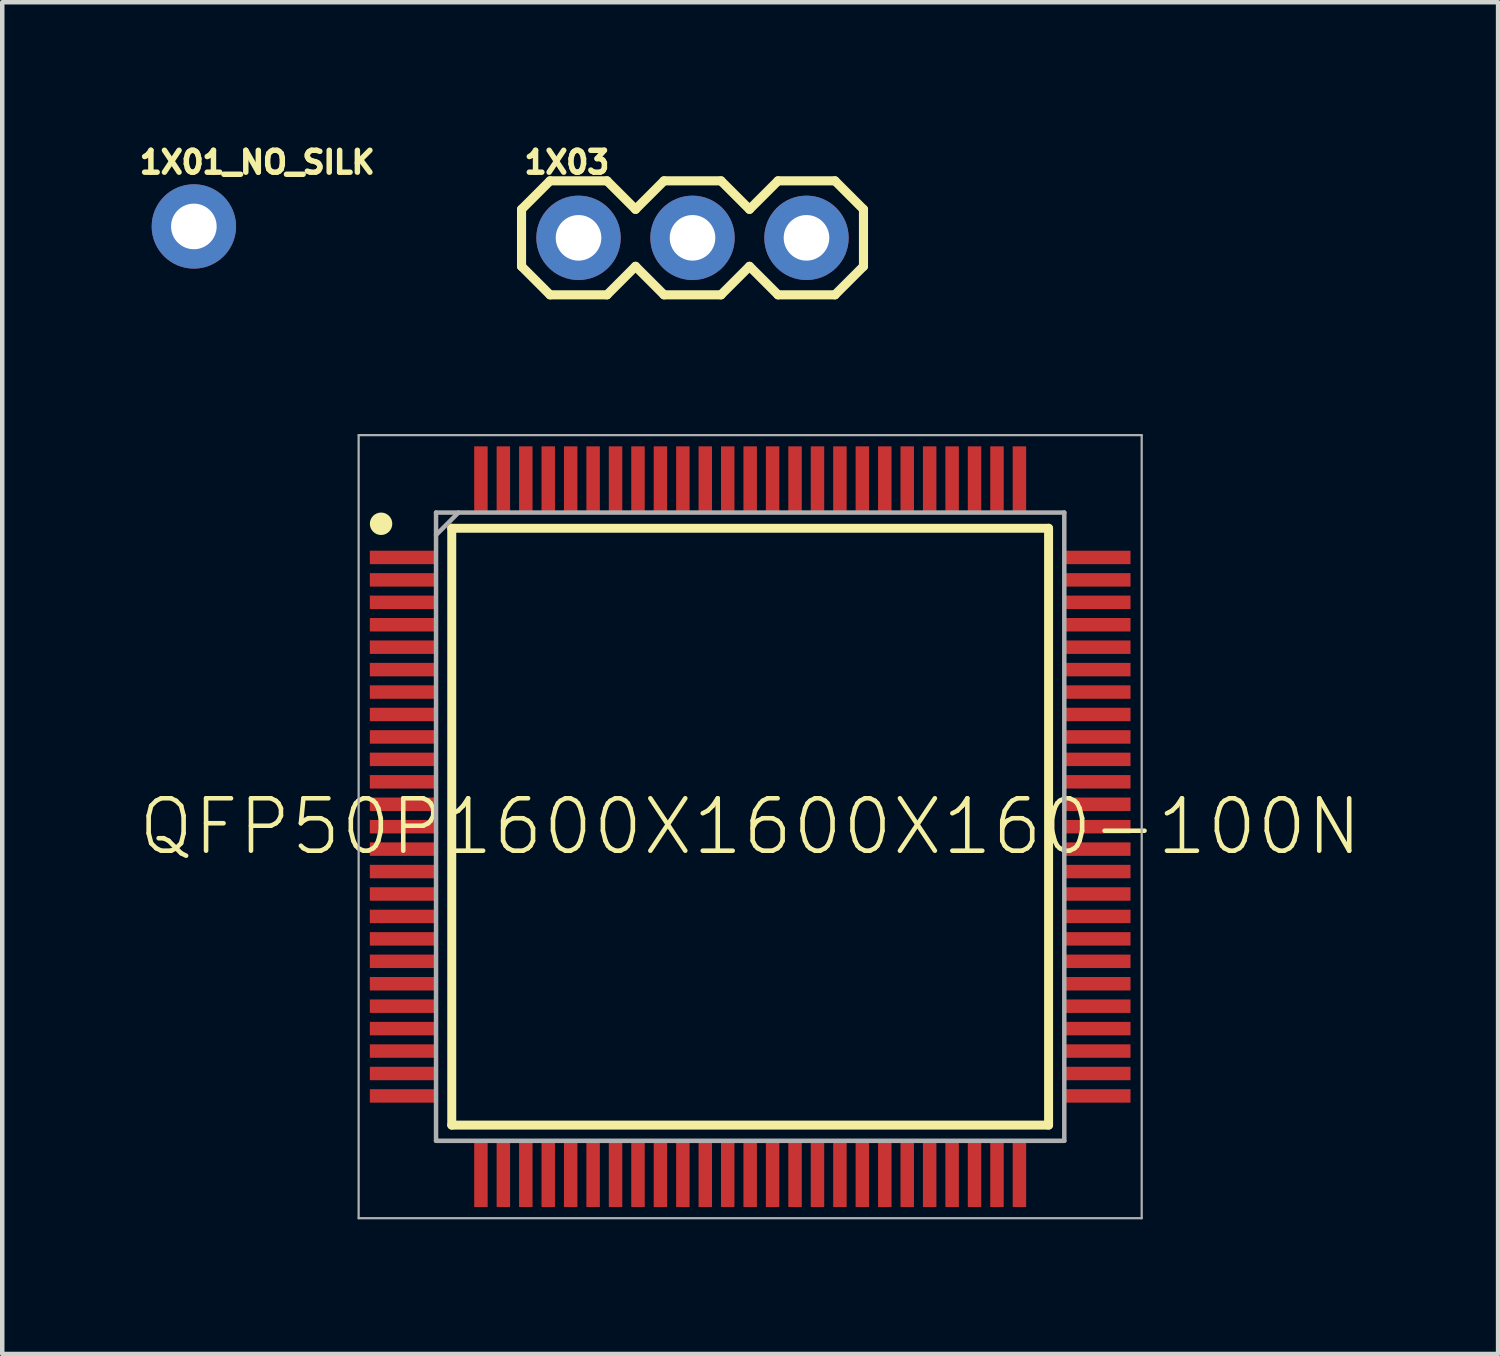
<source format=kicad_pcb>
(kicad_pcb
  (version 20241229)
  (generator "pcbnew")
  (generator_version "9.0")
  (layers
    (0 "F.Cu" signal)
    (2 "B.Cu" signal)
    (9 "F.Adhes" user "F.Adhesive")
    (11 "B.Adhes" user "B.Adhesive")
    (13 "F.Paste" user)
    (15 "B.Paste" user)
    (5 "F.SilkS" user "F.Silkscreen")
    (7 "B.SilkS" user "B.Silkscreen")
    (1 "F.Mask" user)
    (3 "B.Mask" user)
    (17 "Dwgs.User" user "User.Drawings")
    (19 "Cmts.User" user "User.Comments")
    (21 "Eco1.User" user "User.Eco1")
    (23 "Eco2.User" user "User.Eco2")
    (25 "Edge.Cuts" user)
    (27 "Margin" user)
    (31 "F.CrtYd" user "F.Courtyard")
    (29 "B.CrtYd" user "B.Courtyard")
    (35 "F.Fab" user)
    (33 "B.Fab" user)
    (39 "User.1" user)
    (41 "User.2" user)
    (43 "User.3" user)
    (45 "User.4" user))
  (footprint "1X03"
    (layer "F.Cu")
    (at 9.842 2.25)
    (property "Reference" "1X03" (at -1.27 -1.397 0) (unlocked yes) (layer "F.SilkS") (effects (font (size 0.488 0.488) (thickness 0.122)) (justify left bottom)))
    (fp_line (start -1.27 -0.635) (end -1.27 0.635) (stroke (width 0.203) (type solid)) (layer "F.SilkS"))
    (fp_line (start -1.27 0.635) (end -0.635 1.27) (stroke (width 0.203) (type solid)) (layer "F.SilkS"))
    (fp_line (start -0.635 -1.27) (end -1.27 -0.635) (stroke (width 0.203) (type solid)) (layer "F.SilkS"))
    (fp_line (start -0.635 -1.27) (end 0.635 -1.27) (stroke (width 0.203) (type solid)) (layer "F.SilkS"))
    (fp_line (start 0.635 -1.27) (end 1.27 -0.635) (stroke (width 0.203) (type solid)) (layer "F.SilkS"))
    (fp_line (start 0.635 1.27) (end -0.635 1.27) (stroke (width 0.203) (type solid)) (layer "F.SilkS"))
    (fp_line (start 1.27 -0.635) (end 1.905 -1.27) (stroke (width 0.203) (type solid)) (layer "F.SilkS"))
    (fp_line (start 1.27 0.635) (end 0.635 1.27) (stroke (width 0.203) (type solid)) (layer "F.SilkS"))
    (fp_line (start 1.905 -1.27) (end 3.175 -1.27) (stroke (width 0.203) (type solid)) (layer "F.SilkS"))
    (fp_line (start 1.905 1.27) (end 1.27 0.635) (stroke (width 0.203) (type solid)) (layer "F.SilkS"))
    (fp_line (start 3.175 -1.27) (end 3.81 -0.635) (stroke (width 0.203) (type solid)) (layer "F.SilkS"))
    (fp_line (start 3.175 1.27) (end 1.905 1.27) (stroke (width 0.203) (type solid)) (layer "F.SilkS"))
    (fp_line (start 3.81 -0.635) (end 4.445 -1.27) (stroke (width 0.203) (type solid)) (layer "F.SilkS"))
    (fp_line (start 3.81 0.635) (end 3.175 1.27) (stroke (width 0.203) (type solid)) (layer "F.SilkS"))
    (fp_line (start 4.445 -1.27) (end 5.715 -1.27) (stroke (width 0.203) (type solid)) (layer "F.SilkS"))
    (fp_line (start 4.445 1.27) (end 3.81 0.635) (stroke (width 0.203) (type solid)) (layer "F.SilkS"))
    (fp_line (start 5.715 -1.27) (end 6.35 -0.635) (stroke (width 0.203) (type solid)) (layer "F.SilkS"))
    (fp_line (start 5.715 1.27) (end 4.445 1.27) (stroke (width 0.203) (type solid)) (layer "F.SilkS"))
    (fp_line (start 6.35 -0.635) (end 6.35 0.635) (stroke (width 0.203) (type solid)) (layer "F.SilkS"))
    (fp_line (start 6.35 0.635) (end 5.715 1.27) (stroke (width 0.203) (type solid)) (layer "F.SilkS"))
    (fp_poly (pts (xy -0.254 0.254) (xy 0.254 0.254) (xy 0.254 -0.254) (xy -0.254 -0.254)) (stroke (width 0.1) (type default)) (fill no) (layer "F.Fab"))
    (fp_poly (pts (xy 2.286 0.254) (xy 2.794 0.254) (xy 2.794 -0.254) (xy 2.286 -0.254)) (stroke (width 0.1) (type default)) (fill no) (layer "F.Fab"))
    (fp_poly (pts (xy 4.826 0.254) (xy 5.334 0.254) (xy 5.334 -0.254) (xy 4.826 -0.254)) (stroke (width 0.1) (type default)) (fill no) (layer "F.Fab"))
    (pad "1" thru_hole circle (at 0 0 90) (size 1.88 1.88) (drill 1.016) (layers "*.Cu" "*.Mask"))
    (pad "2" thru_hole circle (at 2.54 0 90) (size 1.88 1.88) (drill 1.016) (layers "*.Cu" "*.Mask"))
    (pad "3" thru_hole circle (at 5.08 0 90) (size 1.88 1.88) (drill 1.016) (layers "*.Cu" "*.Mask")))
  (footprint "1X01_NO_SILK"
    (layer "F.Cu")
    (at 1.27 1.996)
    (property "Reference" "1X01_NO_SILK" (at -1.27 -1.143 0) (unlocked yes) (layer "F.SilkS") (effects (font (size 0.488 0.488) (thickness 0.122)) (justify left bottom)))
    (fp_poly (pts (xy -0.254 0.254) (xy 0.254 0.254) (xy 0.254 -0.254) (xy -0.254 -0.254)) (stroke (width 0.1) (type default)) (fill no) (layer "F.Fab"))
    (pad "1" thru_hole circle (at 0 0 90) (size 1.88 1.88) (drill 1.016) (layers "*.Cu" "*.Mask")))
  (footprint "QFP50P1600X1600X160-100N"
    (layer "F.Cu")
    (at 13.667 15.372)
    (property "Reference" "QFP50P1600X1600X160-100N" (at 0 0 0) (unlocked yes) (layer "F.SilkS") (effects (font (size 1.168 1.168) (thickness 0.102))))
    (fp_line (start -6.65 -6.65) (end 6.65 -6.65) (stroke (width 0.2) (type solid)) (layer "F.SilkS"))
    (fp_line (start -6.65 6.65) (end -6.65 -6.65) (stroke (width 0.2) (type solid)) (layer "F.SilkS"))
    (fp_line (start 6.65 -6.65) (end 6.65 6.65) (stroke (width 0.2) (type solid)) (layer "F.SilkS"))
    (fp_line (start 6.65 6.65) (end -6.65 6.65) (stroke (width 0.2) (type solid)) (layer "F.SilkS"))
    (fp_circle (center -8.225 -6.75) (end -8.1 -6.75) (stroke (width 0.25) (type solid)) (fill no) (layer "F.SilkS"))
    (fp_line (start -8.725 -8.725) (end 8.725 -8.725) (stroke (width 0.05) (type solid)) (layer "F.Fab"))
    (fp_line (start -8.725 8.725) (end -8.725 -8.725) (stroke (width 0.05) (type solid)) (layer "F.Fab"))
    (fp_line (start -7 -7) (end 7 -7) (stroke (width 0.1) (type solid)) (layer "F.Fab"))
    (fp_line (start -7 -6.5) (end -6.5 -7) (stroke (width 0.1) (type solid)) (layer "F.Fab"))
    (fp_line (start -7 7) (end -7 -7) (stroke (width 0.1) (type solid)) (layer "F.Fab"))
    (fp_line (start 7 -7) (end 7 7) (stroke (width 0.1) (type solid)) (layer "F.Fab"))
    (fp_line (start 7 7) (end -7 7) (stroke (width 0.1) (type solid)) (layer "F.Fab"))
    (fp_line (start 8.725 -8.725) (end 8.725 8.725) (stroke (width 0.05) (type solid)) (layer "F.Fab"))
    (fp_line (start 8.725 8.725) (end -8.725 8.725) (stroke (width 0.05) (type solid)) (layer "F.Fab"))
    (pad "1" smd rect (at -7.738 -6) (size 1.475 0.3) (layers "F.Cu" "F.Mask" "F.Paste"))
    (pad "2" smd rect (at -7.738 -5.5) (size 1.475 0.3) (layers "F.Cu" "F.Mask" "F.Paste"))
    (pad "3" smd rect (at -7.738 -5) (size 1.475 0.3) (layers "F.Cu" "F.Mask" "F.Paste"))
    (pad "4" smd rect (at -7.738 -4.5) (size 1.475 0.3) (layers "F.Cu" "F.Mask" "F.Paste"))
    (pad "5" smd rect (at -7.738 -4) (size 1.475 0.3) (layers "F.Cu" "F.Mask" "F.Paste"))
    (pad "6" smd rect (at -7.738 -3.5) (size 1.475 0.3) (layers "F.Cu" "F.Mask" "F.Paste"))
    (pad "7" smd rect (at -7.738 -3) (size 1.475 0.3) (layers "F.Cu" "F.Mask" "F.Paste"))
    (pad "8" smd rect (at -7.738 -2.5) (size 1.475 0.3) (layers "F.Cu" "F.Mask" "F.Paste"))
    (pad "9" smd rect (at -7.738 -2) (size 1.475 0.3) (layers "F.Cu" "F.Mask" "F.Paste"))
    (pad "10" smd rect (at -7.738 -1.5) (size 1.475 0.3) (layers "F.Cu" "F.Mask" "F.Paste"))
    (pad "11" smd rect (at -7.738 -1) (size 1.475 0.3) (layers "F.Cu" "F.Mask" "F.Paste"))
    (pad "12" smd rect (at -7.738 -0.5) (size 1.475 0.3) (layers "F.Cu" "F.Mask" "F.Paste"))
    (pad "13" smd rect (at -7.738 0) (size 1.475 0.3) (layers "F.Cu" "F.Mask" "F.Paste"))
    (pad "14" smd rect (at -7.738 0.5) (size 1.475 0.3) (layers "F.Cu" "F.Mask" "F.Paste"))
    (pad "15" smd rect (at -7.738 1) (size 1.475 0.3) (layers "F.Cu" "F.Mask" "F.Paste"))
    (pad "16" smd rect (at -7.738 1.5) (size 1.475 0.3) (layers "F.Cu" "F.Mask" "F.Paste"))
    (pad "17" smd rect (at -7.738 2) (size 1.475 0.3) (layers "F.Cu" "F.Mask" "F.Paste"))
    (pad "18" smd rect (at -7.738 2.5) (size 1.475 0.3) (layers "F.Cu" "F.Mask" "F.Paste"))
    (pad "19" smd rect (at -7.738 3) (size 1.475 0.3) (layers "F.Cu" "F.Mask" "F.Paste"))
    (pad "20" smd rect (at -7.738 3.5) (size 1.475 0.3) (layers "F.Cu" "F.Mask" "F.Paste"))
    (pad "21" smd rect (at -7.738 4) (size 1.475 0.3) (layers "F.Cu" "F.Mask" "F.Paste"))
    (pad "22" smd rect (at -7.738 4.5) (size 1.475 0.3) (layers "F.Cu" "F.Mask" "F.Paste"))
    (pad "23" smd rect (at -7.738 5) (size 1.475 0.3) (layers "F.Cu" "F.Mask" "F.Paste"))
    (pad "24" smd rect (at -7.738 5.5) (size 1.475 0.3) (layers "F.Cu" "F.Mask" "F.Paste"))
    (pad "25" smd rect (at -7.738 6) (size 1.475 0.3) (layers "F.Cu" "F.Mask" "F.Paste"))
    (pad "26" smd rect (at -6 7.738 90) (size 1.475 0.3) (layers "F.Cu" "F.Mask" "F.Paste"))
    (pad "27" smd rect (at -5.5 7.738 90) (size 1.475 0.3) (layers "F.Cu" "F.Mask" "F.Paste"))
    (pad "28" smd rect (at -5 7.738 90) (size 1.475 0.3) (layers "F.Cu" "F.Mask" "F.Paste"))
    (pad "29" smd rect (at -4.5 7.738 90) (size 1.475 0.3) (layers "F.Cu" "F.Mask" "F.Paste"))
    (pad "30" smd rect (at -4 7.738 90) (size 1.475 0.3) (layers "F.Cu" "F.Mask" "F.Paste"))
    (pad "31" smd rect (at -3.5 7.738 90) (size 1.475 0.3) (layers "F.Cu" "F.Mask" "F.Paste"))
    (pad "32" smd rect (at -3 7.738 90) (size 1.475 0.3) (layers "F.Cu" "F.Mask" "F.Paste"))
    (pad "33" smd rect (at -2.5 7.738 90) (size 1.475 0.3) (layers "F.Cu" "F.Mask" "F.Paste"))
    (pad "34" smd rect (at -2 7.738 90) (size 1.475 0.3) (layers "F.Cu" "F.Mask" "F.Paste"))
    (pad "35" smd rect (at -1.5 7.738 90) (size 1.475 0.3) (layers "F.Cu" "F.Mask" "F.Paste"))
    (pad "36" smd rect (at -1 7.738 90) (size 1.475 0.3) (layers "F.Cu" "F.Mask" "F.Paste"))
    (pad "37" smd rect (at -0.5 7.738 90) (size 1.475 0.3) (layers "F.Cu" "F.Mask" "F.Paste"))
    (pad "38" smd rect (at 0 7.738 90) (size 1.475 0.3) (layers "F.Cu" "F.Mask" "F.Paste"))
    (pad "39" smd rect (at 0.5 7.738 90) (size 1.475 0.3) (layers "F.Cu" "F.Mask" "F.Paste"))
    (pad "40" smd rect (at 1 7.738 90) (size 1.475 0.3) (layers "F.Cu" "F.Mask" "F.Paste"))
    (pad "41" smd rect (at 1.5 7.738 90) (size 1.475 0.3) (layers "F.Cu" "F.Mask" "F.Paste"))
    (pad "42" smd rect (at 2 7.738 90) (size 1.475 0.3) (layers "F.Cu" "F.Mask" "F.Paste"))
    (pad "43" smd rect (at 2.5 7.738 90) (size 1.475 0.3) (layers "F.Cu" "F.Mask" "F.Paste"))
    (pad "44" smd rect (at 3 7.738 90) (size 1.475 0.3) (layers "F.Cu" "F.Mask" "F.Paste"))
    (pad "45" smd rect (at 3.5 7.738 90) (size 1.475 0.3) (layers "F.Cu" "F.Mask" "F.Paste"))
    (pad "46" smd rect (at 4 7.738 90) (size 1.475 0.3) (layers "F.Cu" "F.Mask" "F.Paste"))
    (pad "47" smd rect (at 4.5 7.738 90) (size 1.475 0.3) (layers "F.Cu" "F.Mask" "F.Paste"))
    (pad "48" smd rect (at 5 7.738 90) (size 1.475 0.3) (layers "F.Cu" "F.Mask" "F.Paste"))
    (pad "49" smd rect (at 5.5 7.738 90) (size 1.475 0.3) (layers "F.Cu" "F.Mask" "F.Paste"))
    (pad "50" smd rect (at 6 7.738 90) (size 1.475 0.3) (layers "F.Cu" "F.Mask" "F.Paste"))
    (pad "51" smd rect (at 7.738 6) (size 1.475 0.3) (layers "F.Cu" "F.Mask" "F.Paste"))
    (pad "52" smd rect (at 7.738 5.5) (size 1.475 0.3) (layers "F.Cu" "F.Mask" "F.Paste"))
    (pad "53" smd rect (at 7.738 5) (size 1.475 0.3) (layers "F.Cu" "F.Mask" "F.Paste"))
    (pad "54" smd rect (at 7.738 4.5) (size 1.475 0.3) (layers "F.Cu" "F.Mask" "F.Paste"))
    (pad "55" smd rect (at 7.738 4) (size 1.475 0.3) (layers "F.Cu" "F.Mask" "F.Paste"))
    (pad "56" smd rect (at 7.738 3.5) (size 1.475 0.3) (layers "F.Cu" "F.Mask" "F.Paste"))
    (pad "57" smd rect (at 7.738 3) (size 1.475 0.3) (layers "F.Cu" "F.Mask" "F.Paste"))
    (pad "58" smd rect (at 7.738 2.5) (size 1.475 0.3) (layers "F.Cu" "F.Mask" "F.Paste"))
    (pad "59" smd rect (at 7.738 2) (size 1.475 0.3) (layers "F.Cu" "F.Mask" "F.Paste"))
    (pad "60" smd rect (at 7.738 1.5) (size 1.475 0.3) (layers "F.Cu" "F.Mask" "F.Paste"))
    (pad "61" smd rect (at 7.738 1) (size 1.475 0.3) (layers "F.Cu" "F.Mask" "F.Paste"))
    (pad "62" smd rect (at 7.738 0.5) (size 1.475 0.3) (layers "F.Cu" "F.Mask" "F.Paste"))
    (pad "63" smd rect (at 7.738 0) (size 1.475 0.3) (layers "F.Cu" "F.Mask" "F.Paste"))
    (pad "64" smd rect (at 7.738 -0.5) (size 1.475 0.3) (layers "F.Cu" "F.Mask" "F.Paste"))
    (pad "65" smd rect (at 7.738 -1) (size 1.475 0.3) (layers "F.Cu" "F.Mask" "F.Paste"))
    (pad "66" smd rect (at 7.738 -1.5) (size 1.475 0.3) (layers "F.Cu" "F.Mask" "F.Paste"))
    (pad "67" smd rect (at 7.738 -2) (size 1.475 0.3) (layers "F.Cu" "F.Mask" "F.Paste"))
    (pad "68" smd rect (at 7.738 -2.5) (size 1.475 0.3) (layers "F.Cu" "F.Mask" "F.Paste"))
    (pad "69" smd rect (at 7.738 -3) (size 1.475 0.3) (layers "F.Cu" "F.Mask" "F.Paste"))
    (pad "70" smd rect (at 7.738 -3.5) (size 1.475 0.3) (layers "F.Cu" "F.Mask" "F.Paste"))
    (pad "71" smd rect (at 7.738 -4) (size 1.475 0.3) (layers "F.Cu" "F.Mask" "F.Paste"))
    (pad "72" smd rect (at 7.738 -4.5) (size 1.475 0.3) (layers "F.Cu" "F.Mask" "F.Paste"))
    (pad "73" smd rect (at 7.738 -5) (size 1.475 0.3) (layers "F.Cu" "F.Mask" "F.Paste"))
    (pad "74" smd rect (at 7.738 -5.5) (size 1.475 0.3) (layers "F.Cu" "F.Mask" "F.Paste"))
    (pad "75" smd rect (at 7.738 -6) (size 1.475 0.3) (layers "F.Cu" "F.Mask" "F.Paste"))
    (pad "76" smd rect (at 6 -7.738 90) (size 1.475 0.3) (layers "F.Cu" "F.Mask" "F.Paste"))
    (pad "77" smd rect (at 5.5 -7.738 90) (size 1.475 0.3) (layers "F.Cu" "F.Mask" "F.Paste"))
    (pad "78" smd rect (at 5 -7.738 90) (size 1.475 0.3) (layers "F.Cu" "F.Mask" "F.Paste"))
    (pad "79" smd rect (at 4.5 -7.738 90) (size 1.475 0.3) (layers "F.Cu" "F.Mask" "F.Paste"))
    (pad "80" smd rect (at 4 -7.738 90) (size 1.475 0.3) (layers "F.Cu" "F.Mask" "F.Paste"))
    (pad "81" smd rect (at 3.5 -7.738 90) (size 1.475 0.3) (layers "F.Cu" "F.Mask" "F.Paste"))
    (pad "82" smd rect (at 3 -7.738 90) (size 1.475 0.3) (layers "F.Cu" "F.Mask" "F.Paste"))
    (pad "83" smd rect (at 2.5 -7.738 90) (size 1.475 0.3) (layers "F.Cu" "F.Mask" "F.Paste"))
    (pad "84" smd rect (at 2 -7.738 90) (size 1.475 0.3) (layers "F.Cu" "F.Mask" "F.Paste"))
    (pad "85" smd rect (at 1.5 -7.738 90) (size 1.475 0.3) (layers "F.Cu" "F.Mask" "F.Paste"))
    (pad "86" smd rect (at 1 -7.738 90) (size 1.475 0.3) (layers "F.Cu" "F.Mask" "F.Paste"))
    (pad "87" smd rect (at 0.5 -7.738 90) (size 1.475 0.3) (layers "F.Cu" "F.Mask" "F.Paste"))
    (pad "88" smd rect (at 0 -7.738 90) (size 1.475 0.3) (layers "F.Cu" "F.Mask" "F.Paste"))
    (pad "89" smd rect (at -0.5 -7.738 90) (size 1.475 0.3) (layers "F.Cu" "F.Mask" "F.Paste"))
    (pad "90" smd rect (at -1 -7.738 90) (size 1.475 0.3) (layers "F.Cu" "F.Mask" "F.Paste"))
    (pad "91" smd rect (at -1.5 -7.738 90) (size 1.475 0.3) (layers "F.Cu" "F.Mask" "F.Paste"))
    (pad "92" smd rect (at -2 -7.738 90) (size 1.475 0.3) (layers "F.Cu" "F.Mask" "F.Paste"))
    (pad "93" smd rect (at -2.5 -7.738 90) (size 1.475 0.3) (layers "F.Cu" "F.Mask" "F.Paste"))
    (pad "94" smd rect (at -3 -7.738 90) (size 1.475 0.3) (layers "F.Cu" "F.Mask" "F.Paste"))
    (pad "95" smd rect (at -3.5 -7.738 90) (size 1.475 0.3) (layers "F.Cu" "F.Mask" "F.Paste"))
    (pad "96" smd rect (at -4 -7.738 90) (size 1.475 0.3) (layers "F.Cu" "F.Mask" "F.Paste"))
    (pad "97" smd rect (at -4.5 -7.738 90) (size 1.475 0.3) (layers "F.Cu" "F.Mask" "F.Paste"))
    (pad "98" smd rect (at -5 -7.738 90) (size 1.475 0.3) (layers "F.Cu" "F.Mask" "F.Paste"))
    (pad "99" smd rect (at -5.5 -7.738 90) (size 1.475 0.3) (layers "F.Cu" "F.Mask" "F.Paste"))
    (pad "100" smd rect (at -6 -7.738 90) (size 1.475 0.3) (layers "F.Cu" "F.Mask" "F.Paste")))
  (gr_rect
    (start -3 -3)
    (end 30.334 27.122)
    (stroke (width 0.1) (type default))
    (fill no)
    (layer "Edge.Cuts")))
</source>
